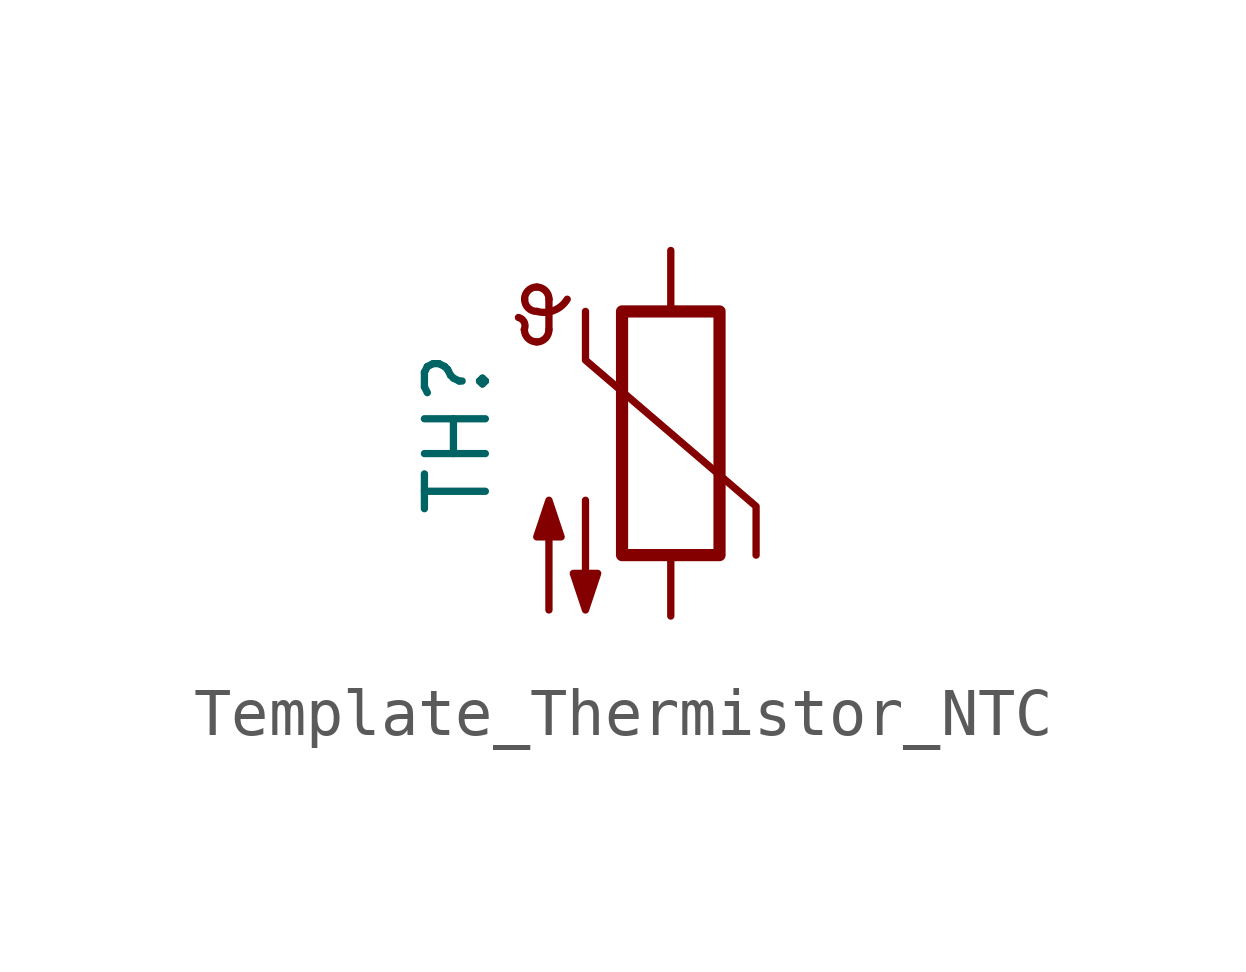
<source format=kicad_sym>
(kicad_symbol_lib
  (version 20241209)
  (generator "kicad_symbol_editor")
  (generator_version "9.0")
  (symbol "Template_Thermistor_NTC"
    (pin_numbers
      (hide yes))
    (pin_names
      (offset 0))
    (property "Reference" "TH"
      (at -4.445 0 90)
      (effects (font (size 1.27 1.27))))
    (property "Value" ""
      (at 3.175 0 90)
      (effects (font (size 1.27 1.27))))
    (symbol "Template_Thermistor_NTC_0_1"
      (arc (start -3.175 2.413) (mid -3.0506 2.3165) (end -3.048 2.159) (stroke (width 0) (type default)) (fill (type none)))
      (arc (start -3.048 2.794) (mid -2.9736 2.9736) (end -2.794 3.048) (stroke (width 0) (type default)) (fill (type none)))
      (arc (start -2.794 3.048) (mid -2.6144 2.9736) (end -2.54 2.794) (stroke (width 0) (type default)) (fill (type none)))
      (arc (start -2.794 2.54) (mid -2.9736 2.6144) (end -3.048 2.794) (stroke (width 0) (type default)) (fill (type none)))
      (arc (start -2.794 1.905) (mid -2.9736 1.9794) (end -3.048 2.159) (stroke (width 0) (type default)) (fill (type none)))
      (arc (start -2.54 2.159) (mid -2.6144 1.9794) (end -2.794 1.905) (stroke (width 0) (type default)) (fill (type none)))
      (arc (start -2.159 2.794) (mid -2.434 2.5608) (end -2.794 2.54) (stroke (width 0) (type default)) (fill (type none)))
      (polyline (pts (xy -2.54 2.159) (xy -2.54 2.794)) (stroke (width 0) (type default)) (fill (type none)))
      (polyline (pts (xy -2.54 -3.683) (xy -2.54 -1.397) (xy -2.794 -2.159) (xy -2.286 -2.159) (xy -2.54 -1.397) (xy -2.54 -1.651)) (stroke (width 0) (type default)) (fill (type outline)))
      (polyline (pts (xy -1.778 2.54) (xy -1.778 1.524) (xy 1.778 -1.524) (xy 1.778 -2.54)) (stroke (width 0) (type default)) (fill (type none)))
      (polyline (pts (xy -1.778 -1.397) (xy -1.778 -3.683) (xy -2.032 -2.921) (xy -1.524 -2.921) (xy -1.778 -3.683) (xy -1.778 -3.429)) (stroke (width 0) (type default)) (fill (type outline)))
      (rectangle (start -1.016 2.54) (end 1.016 -2.54) (stroke (width 0.254) (type default)) (fill (type none))))
    (symbol "Template_Thermistor_NTC_1_1"
      (pin passive line (at 0 3.81 270) (length 1.27) (name "~" (effects (font (size 1.27 1.27)))) (number "1" (effects (font (size 1.27 1.27)))))
      (pin passive line (at 0 -3.81 90) (length 1.27) (name "~" (effects (font (size 1.27 1.27)))) (number "2" (effects (font (size 1.27 1.27))))))))
</source>
